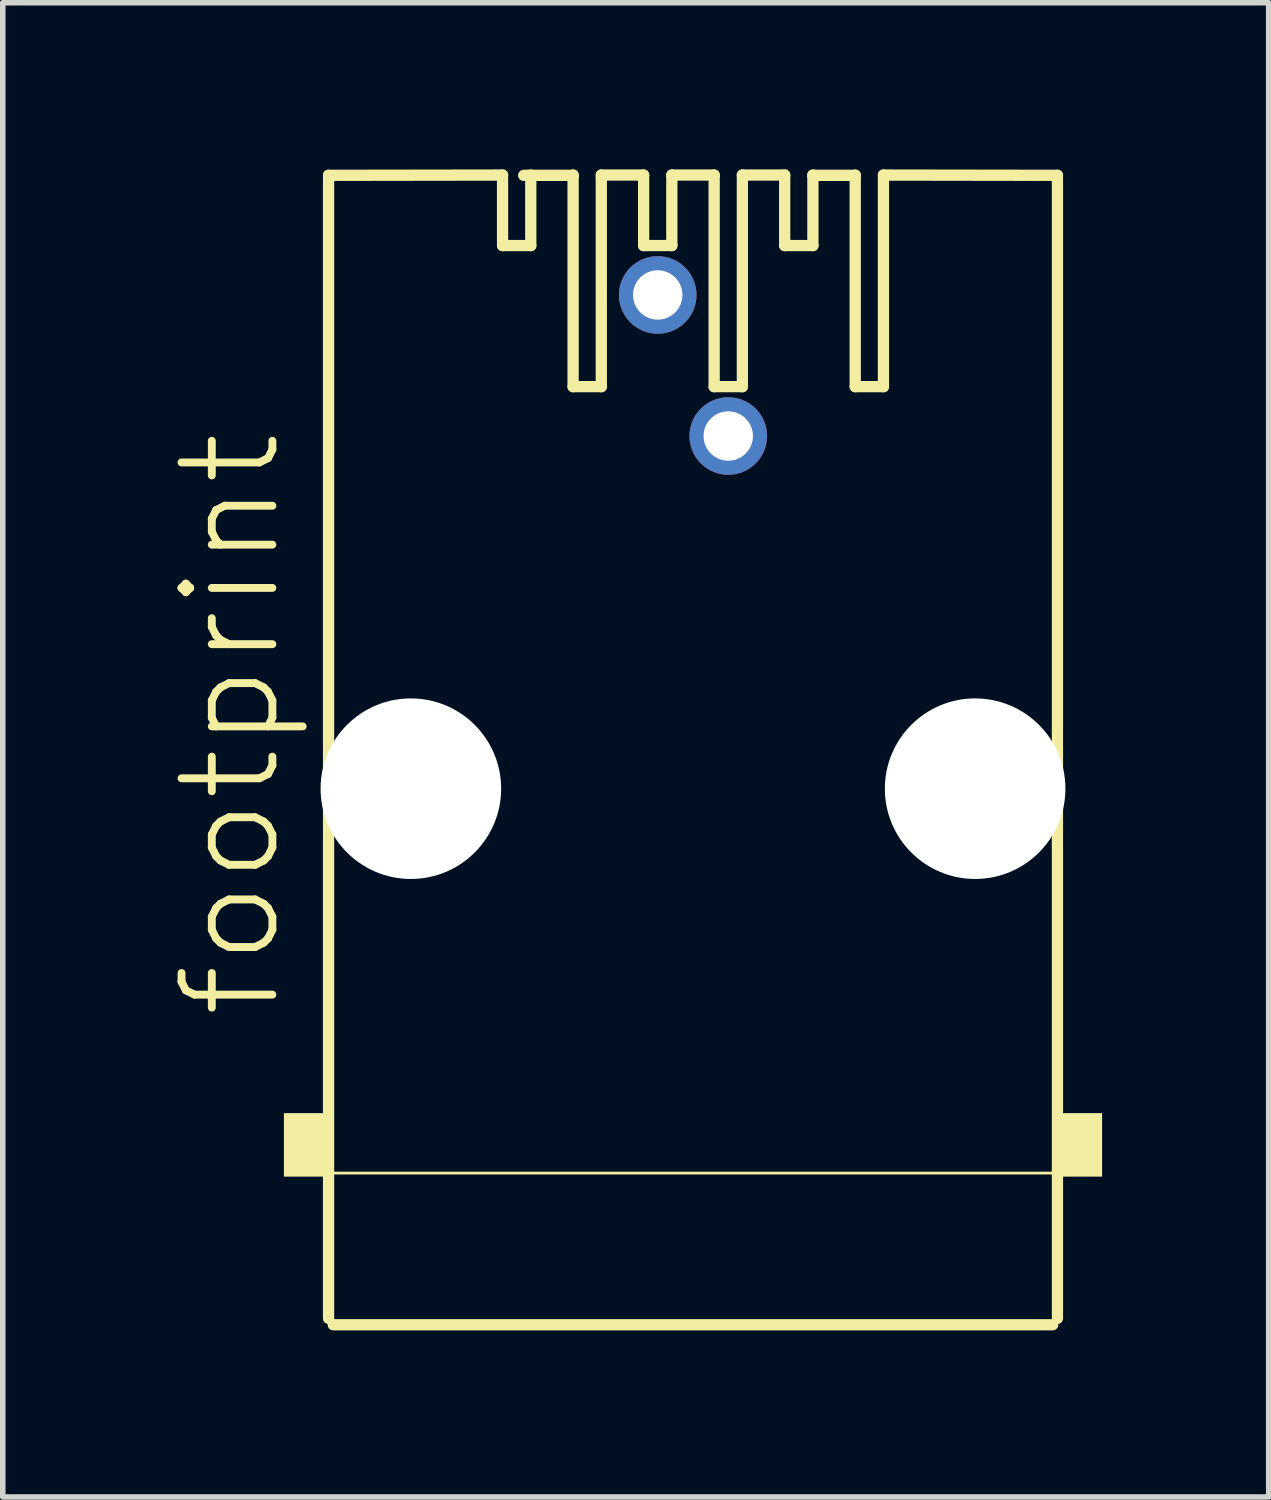
<source format=kicad_pcb>
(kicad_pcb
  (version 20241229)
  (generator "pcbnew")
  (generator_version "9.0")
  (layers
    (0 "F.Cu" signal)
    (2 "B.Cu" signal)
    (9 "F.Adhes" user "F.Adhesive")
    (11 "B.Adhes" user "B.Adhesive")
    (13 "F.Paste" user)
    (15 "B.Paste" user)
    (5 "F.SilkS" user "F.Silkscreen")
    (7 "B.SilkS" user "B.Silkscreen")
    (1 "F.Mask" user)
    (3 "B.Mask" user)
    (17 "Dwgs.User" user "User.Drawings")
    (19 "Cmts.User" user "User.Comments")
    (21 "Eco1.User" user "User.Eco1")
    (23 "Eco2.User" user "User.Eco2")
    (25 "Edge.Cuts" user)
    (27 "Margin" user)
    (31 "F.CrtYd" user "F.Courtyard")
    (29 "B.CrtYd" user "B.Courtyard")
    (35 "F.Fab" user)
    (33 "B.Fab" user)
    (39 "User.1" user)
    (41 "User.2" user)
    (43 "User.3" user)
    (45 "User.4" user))
  (footprint "footprint"
    (layer "F.Cu")
    (at 9.428 11.151)
    (property "Reference" "footprint" (at -7.366 4.191 90) (layer "F.SilkS") (effects (font (size 1.636 1.636) (thickness 0.142)) (justify left bottom)))
    (fp_line (start -6.562 -11.044) (end -3.429 -11.049) (stroke (width 0.203) (type solid)) (layer "F.SilkS"))
    (fp_line (start -6.562 9.538) (end -6.562 -11.044) (stroke (width 0.203) (type solid)) (layer "F.SilkS"))
    (fp_line (start -3.429 -11.049) (end -3.429 -9.779) (stroke (width 0.203) (type solid)) (layer "F.SilkS"))
    (fp_line (start -3.429 -9.779) (end -2.921 -9.779) (stroke (width 0.203) (type solid)) (layer "F.SilkS"))
    (fp_line (start -3.048 -11.044) (end -2.159 -11.044) (stroke (width 0.203) (type solid)) (layer "F.SilkS"))
    (fp_line (start -2.921 -11.049) (end -2.921 -9.779) (stroke (width 0.203) (type solid)) (layer "F.SilkS"))
    (fp_line (start -2.159 -11.049) (end -2.159 -11.044) (stroke (width 0.203) (type solid)) (layer "F.SilkS"))
    (fp_line (start -2.159 -11.044) (end -2.159 -7.239) (stroke (width 0.203) (type solid)) (layer "F.SilkS"))
    (fp_line (start -2.159 -7.239) (end -1.651 -7.239) (stroke (width 0.203) (type solid)) (layer "F.SilkS"))
    (fp_line (start -1.651 -11.049) (end -1.651 -7.239) (stroke (width 0.203) (type solid)) (layer "F.SilkS"))
    (fp_line (start -1.651 -11.049) (end -0.889 -11.049) (stroke (width 0.203) (type solid)) (layer "F.SilkS"))
    (fp_line (start -0.889 -11.049) (end -0.889 -9.779) (stroke (width 0.203) (type solid)) (layer "F.SilkS"))
    (fp_line (start -0.889 -9.779) (end -0.381 -9.779) (stroke (width 0.203) (type solid)) (layer "F.SilkS"))
    (fp_line (start -0.381 -11.049) (end -0.381 -9.779) (stroke (width 0.203) (type solid)) (layer "F.SilkS"))
    (fp_line (start -0.381 -11.049) (end 0.381 -11.049) (stroke (width 0.203) (type solid)) (layer "F.SilkS"))
    (fp_line (start 0.381 -11.049) (end 0.381 -7.239) (stroke (width 0.203) (type solid)) (layer "F.SilkS"))
    (fp_line (start 0.381 -7.239) (end 0.889 -7.239) (stroke (width 0.203) (type solid)) (layer "F.SilkS"))
    (fp_line (start 0.889 -11.049) (end 0.889 -7.239) (stroke (width 0.203) (type solid)) (layer "F.SilkS"))
    (fp_line (start 0.889 -11.049) (end 1.651 -11.049) (stroke (width 0.203) (type solid)) (layer "F.SilkS"))
    (fp_line (start 1.651 -11.049) (end 1.651 -9.779) (stroke (width 0.203) (type solid)) (layer "F.SilkS"))
    (fp_line (start 1.651 -9.779) (end 2.159 -9.779) (stroke (width 0.203) (type solid)) (layer "F.SilkS"))
    (fp_line (start 2.159 -11.049) (end 2.159 -11.044) (stroke (width 0.203) (type solid)) (layer "F.SilkS"))
    (fp_line (start 2.159 -11.044) (end 2.159 -9.779) (stroke (width 0.203) (type solid)) (layer "F.SilkS"))
    (fp_line (start 2.159 -11.044) (end 2.921 -11.044) (stroke (width 0.203) (type solid)) (layer "F.SilkS"))
    (fp_line (start 2.921 -11.049) (end 2.921 -7.239) (stroke (width 0.203) (type solid)) (layer "F.SilkS"))
    (fp_line (start 2.921 -7.239) (end 3.429 -7.239) (stroke (width 0.203) (type solid)) (layer "F.SilkS"))
    (fp_line (start 3.429 -11.049) (end 3.429 -7.239) (stroke (width 0.203) (type solid)) (layer "F.SilkS"))
    (fp_line (start 3.429 -11.049) (end 6.562 -11.044) (stroke (width 0.203) (type solid)) (layer "F.SilkS"))
    (fp_line (start 6.477 9.652) (end -6.477 9.652) (stroke (width 0.203) (type solid)) (layer "F.SilkS"))
    (fp_line (start 6.54 6.921) (end -6.54 6.921) (stroke (width 0.051) (type solid)) (layer "F.SilkS"))
    (fp_line (start 6.562 -11.044) (end 6.562 9.538) (stroke (width 0.203) (type solid)) (layer "F.SilkS"))
    (fp_poly (pts (xy -7.366 6.985) (xy -6.604 6.985) (xy -6.604 5.842) (xy -7.366 5.842)) (stroke (width 0) (type solid)) (fill yes) (layer "F.SilkS"))
    (fp_poly (pts (xy 6.477 6.985) (xy 7.366 6.985) (xy 7.366 5.842) (xy 6.477 5.842)) (stroke (width 0) (type solid)) (fill yes) (layer "F.SilkS"))
    (pad "" np_thru_hole circle (at -5.08 0) (size 3.251 3.251) (drill 3.251) (layers "*.Cu" "*.Mask"))
    (pad "" np_thru_hole circle (at 5.08 0) (size 3.251 3.251) (drill 3.251) (layers "*.Cu" "*.Mask"))
    (pad "1" thru_hole circle (at -0.635 -8.89) (size 1.397 1.397) (drill 0.889) (layers "*.Cu" "*.Mask"))
    (pad "2" thru_hole circle (at 0.635 -6.35) (size 1.397 1.397) (drill 0.889) (layers "*.Cu" "*.Mask")))
  (gr_rect
    (start -3 -3)
    (end 19.794 23.904)
    (stroke (width 0.1) (type default))
    (fill no)
    (layer "Edge.Cuts")))
</source>
